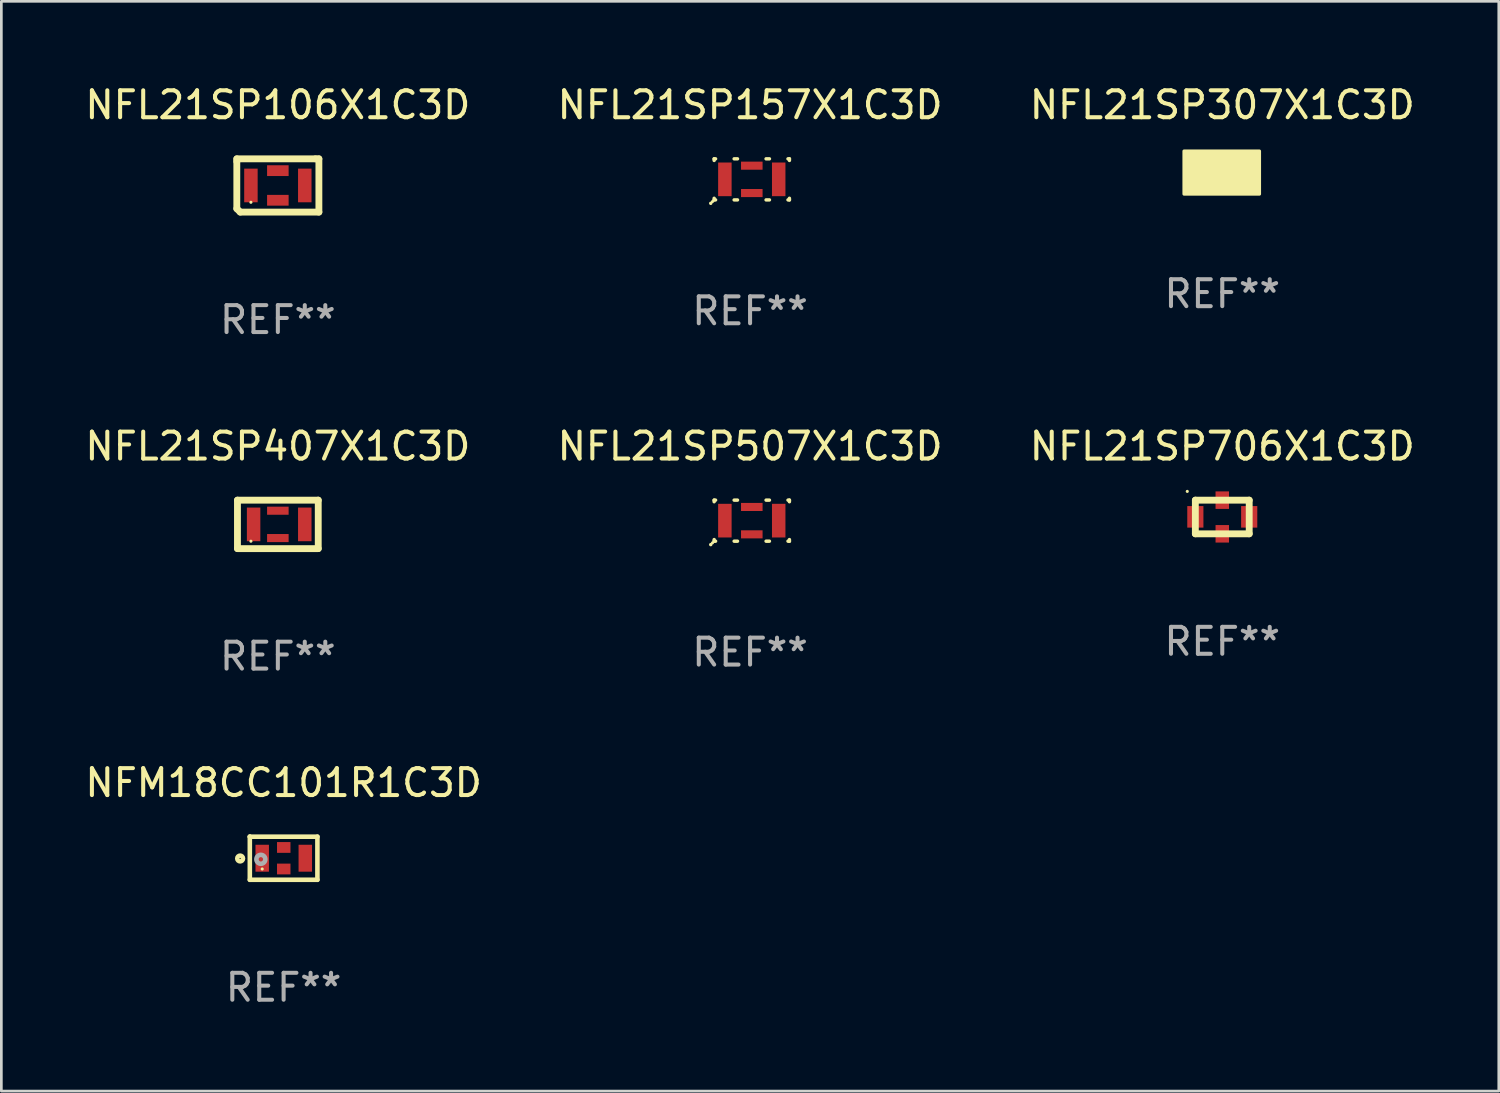
<source format=kicad_pcb>
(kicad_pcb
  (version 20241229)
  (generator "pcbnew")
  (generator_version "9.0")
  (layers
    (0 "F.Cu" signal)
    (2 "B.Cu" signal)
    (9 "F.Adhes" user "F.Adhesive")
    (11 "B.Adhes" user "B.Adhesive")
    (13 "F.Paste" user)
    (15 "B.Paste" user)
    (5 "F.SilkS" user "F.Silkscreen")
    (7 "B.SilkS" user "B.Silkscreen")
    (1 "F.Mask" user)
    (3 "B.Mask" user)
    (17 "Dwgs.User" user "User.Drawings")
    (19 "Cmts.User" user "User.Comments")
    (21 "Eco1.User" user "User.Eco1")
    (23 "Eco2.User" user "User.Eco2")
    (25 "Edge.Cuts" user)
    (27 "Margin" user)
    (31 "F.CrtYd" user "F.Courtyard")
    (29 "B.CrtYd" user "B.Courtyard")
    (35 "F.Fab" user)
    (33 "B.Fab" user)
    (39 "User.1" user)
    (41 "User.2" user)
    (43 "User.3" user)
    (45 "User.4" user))
  (footprint "NFL21SP307X1C3D"
    (layer "F.Cu")
    (at 42.339 3.356)
    (property "Reference" "NFL21SP307X1C3D" (at 0 -2.508 0) (layer "F.SilkS") (effects (font (size 1 1) (thickness 0.15))))
    (attr through_hole)
    (fp_circle (center -1 0.625) (end -0.97 0.625) (stroke (width 0.06) (type solid)) (fill no) (layer "F.SilkS"))
    (fp_poly (pts (xy -1.42 -0.795) (xy 1.38 -0.795) (xy 1.38 0.8) (xy -1.42 0.8)) (stroke (width 0.12) (type solid)) (fill yes) (layer "F.SilkS"))
    (fp_text user "REF**" (at 0 4.508 0) (layer "F.Fab") (effects (font (size 1 1) (thickness 0.15))))
    (pad "1" smd rect (at -0.95 0 90) (size 1.25 0.5) (layers "F.Cu" "F.Mask" "F.Paste"))
    (pad "2" smd rect (at 0 -0.508 180) (size 0.8 0.3) (layers "F.Cu" "F.Mask" "F.Paste"))
    (pad "2" smd rect (at 0 0.508 180) (size 0.8 0.3) (layers "F.Cu" "F.Mask" "F.Paste"))
    (pad "3" smd rect (at 0.95 0 90) (size 1.25 0.5) (layers "F.Cu" "F.Mask" "F.Paste")))
  (footprint "NFL21SP407X1C3D"
    (layer "F.Cu")
    (at 7.268 16.423)
    (property "Reference" "NFL21SP407X1C3D" (at 0 -2.9 0) (layer "F.SilkS") (effects (font (size 1 1) (thickness 0.15))))
    (attr through_hole)
    (fp_line (start -1.5 -0.9) (end 1.5 -0.9) (stroke (width 0.254) (type solid)) (layer "F.SilkS"))
    (fp_line (start -1.5 0.9) (end -1.5 -0.9) (stroke (width 0.254) (type solid)) (layer "F.SilkS"))
    (fp_line (start 1.5 -0.9) (end 1.5 0.9) (stroke (width 0.254) (type solid)) (layer "F.SilkS"))
    (fp_line (start 1.5 0.9) (end -1.5 0.9) (stroke (width 0.254) (type solid)) (layer "F.SilkS"))
    (fp_circle (center -1 0.625) (end -0.97 0.625) (stroke (width 0.06) (type solid)) (fill no) (layer "F.SilkS"))
    (fp_text user "REF**" (at 0 4.9 0) (layer "F.Fab") (effects (font (size 1 1) (thickness 0.15))))
    (pad "1" smd rect (at -0.9 0 90) (size 1.25 0.5) (layers "F.Cu" "F.Mask" "F.Paste"))
    (pad "2" smd rect (at 0 -0.508 180) (size 0.8 0.3) (layers "F.Cu" "F.Mask" "F.Paste"))
    (pad "2" smd rect (at 0 0.508 180) (size 0.8 0.3) (layers "F.Cu" "F.Mask" "F.Paste"))
    (pad "3" smd rect (at 1 0 90) (size 1.25 0.5) (layers "F.Cu" "F.Mask" "F.Paste")))
  (footprint "NFL21SP507X1C3D"
    (layer "F.Cu")
    (at 24.804 16.348)
    (property "Reference" "NFL21SP507X1C3D" (at 0 -2.826 0) (layer "F.SilkS") (effects (font (size 1 1) (thickness 0.15))))
    (attr through_hole)
    (fp_line (start -1.461 0.826) (end -1.461 0.826) (stroke (width 0.127) (type solid)) (layer "F.SilkS"))
    (fp_line (start -1.334 -0.826) (end -1.281 -0.826) (stroke (width 0.127) (type solid)) (layer "F.SilkS"))
    (fp_line (start -1.334 -0.766) (end -1.334 -0.826) (stroke (width 0.127) (type solid)) (layer "F.SilkS"))
    (fp_line (start -1.334 0.699) (end -1.334 0.639) (stroke (width 0.127) (type solid)) (layer "F.SilkS"))
    (fp_line (start -1.281 0.699) (end -1.334 0.699) (stroke (width 0.127) (type solid)) (layer "F.SilkS"))
    (fp_line (start -0.592 -0.826) (end -0.467 -0.826) (stroke (width 0.127) (type solid)) (layer "F.SilkS"))
    (fp_line (start -0.467 0.699) (end -0.592 0.699) (stroke (width 0.127) (type solid)) (layer "F.SilkS"))
    (fp_line (start 0.594 -0.826) (end 0.719 -0.826) (stroke (width 0.127) (type solid)) (layer "F.SilkS"))
    (fp_line (start 0.719 0.699) (end 0.594 0.699) (stroke (width 0.127) (type solid)) (layer "F.SilkS"))
    (fp_line (start 1.408 -0.826) (end 1.461 -0.826) (stroke (width 0.127) (type solid)) (layer "F.SilkS"))
    (fp_line (start 1.461 -0.826) (end 1.461 -0.766) (stroke (width 0.127) (type solid)) (layer "F.SilkS"))
    (fp_line (start 1.461 0.639) (end 1.461 0.699) (stroke (width 0.127) (type solid)) (layer "F.SilkS"))
    (fp_line (start 1.461 0.699) (end 1.408 0.699) (stroke (width 0.127) (type solid)) (layer "F.SilkS"))
    (fp_circle (center -1.397 0.762) (end -1.367 0.762) (stroke (width 0.06) (type solid)) (fill no) (layer "F.SilkS"))
    (fp_text user "REF**" (at 0 4.826 0) (layer "F.Fab") (effects (font (size 1 1) (thickness 0.15))))
    (pad "1" smd rect (at -0.936 -0.064 90) (size 1.25 0.5) (layers "F.Cu" "F.Mask" "F.Paste"))
    (pad "2" smd rect (at 0.064 -0.572 180) (size 0.8 0.3) (layers "F.Cu" "F.Mask" "F.Paste"))
    (pad "2" smd rect (at 0.064 0.445 180) (size 0.8 0.3) (layers "F.Cu" "F.Mask" "F.Paste"))
    (pad "3" smd rect (at 1.063 -0.064 90) (size 1.25 0.5) (layers "F.Cu" "F.Mask" "F.Paste")))
  (footprint "NFL21SP706X1C3D"
    (layer "F.Cu")
    (at 42.339 16.148)
    (property "Reference" "NFL21SP706X1C3D" (at 0 -2.625 0) (layer "F.SilkS") (effects (font (size 1 1) (thickness 0.15))))
    (attr through_hole)
    (fp_line (start -1 -0.625) (end 1 -0.625) (stroke (width 0.254) (type solid)) (layer "F.SilkS"))
    (fp_line (start -1 0.625) (end -1 -0.625) (stroke (width 0.254) (type solid)) (layer "F.SilkS"))
    (fp_line (start 1 -0.625) (end 1 0.625) (stroke (width 0.254) (type solid)) (layer "F.SilkS"))
    (fp_line (start 1 0.625) (end -1 0.625) (stroke (width 0.254) (type solid)) (layer "F.SilkS"))
    (fp_circle (center -1.3 -0.95) (end -1.27 -0.95) (stroke (width 0.06) (type solid)) (fill no) (layer "F.SilkS"))
    (fp_text user "REF**" (at 0 4.625 0) (layer "F.Fab") (effects (font (size 1 1) (thickness 0.15))))
    (pad "1" smd rect (at -1 -0.005 90) (size 0.8 0.6) (layers "F.Cu" "F.Mask" "F.Paste"))
    (pad "2" smd rect (at 0 0.625 90) (size 0.65 0.5) (layers "F.Cu" "F.Mask" "F.Paste"))
    (pad "3" smd rect (at 1 -0.005 90) (size 0.8 0.6) (layers "F.Cu" "F.Mask" "F.Paste"))
    (pad "4" smd rect (at 0 -0.625 90) (size 0.65 0.5) (layers "F.Cu" "F.Mask" "F.Paste")))
  (footprint "NFL21SP157X1C3D"
    (layer "F.Cu")
    (at 24.804 3.674)
    (property "Reference" "NFL21SP157X1C3D" (at 0 -2.826 0) (layer "F.SilkS") (effects (font (size 1 1) (thickness 0.15))))
    (attr through_hole)
    (fp_line (start -1.461 0.826) (end -1.461 0.826) (stroke (width 0.127) (type solid)) (layer "F.SilkS"))
    (fp_line (start -1.334 -0.826) (end -1.281 -0.826) (stroke (width 0.127) (type solid)) (layer "F.SilkS"))
    (fp_line (start -1.334 -0.766) (end -1.334 -0.826) (stroke (width 0.127) (type solid)) (layer "F.SilkS"))
    (fp_line (start -1.334 0.699) (end -1.334 0.639) (stroke (width 0.127) (type solid)) (layer "F.SilkS"))
    (fp_line (start -1.281 0.699) (end -1.334 0.699) (stroke (width 0.127) (type solid)) (layer "F.SilkS"))
    (fp_line (start -0.592 -0.826) (end -0.467 -0.826) (stroke (width 0.127) (type solid)) (layer "F.SilkS"))
    (fp_line (start -0.467 0.699) (end -0.592 0.699) (stroke (width 0.127) (type solid)) (layer "F.SilkS"))
    (fp_line (start 0.594 -0.826) (end 0.719 -0.826) (stroke (width 0.127) (type solid)) (layer "F.SilkS"))
    (fp_line (start 0.719 0.699) (end 0.594 0.699) (stroke (width 0.127) (type solid)) (layer "F.SilkS"))
    (fp_line (start 1.408 -0.826) (end 1.461 -0.826) (stroke (width 0.127) (type solid)) (layer "F.SilkS"))
    (fp_line (start 1.461 -0.826) (end 1.461 -0.766) (stroke (width 0.127) (type solid)) (layer "F.SilkS"))
    (fp_line (start 1.461 0.639) (end 1.461 0.699) (stroke (width 0.127) (type solid)) (layer "F.SilkS"))
    (fp_line (start 1.461 0.699) (end 1.408 0.699) (stroke (width 0.127) (type solid)) (layer "F.SilkS"))
    (fp_circle (center -1.397 0.762) (end -1.367 0.762) (stroke (width 0.06) (type solid)) (fill no) (layer "F.SilkS"))
    (fp_text user "REF**" (at 0 4.826 0) (layer "F.Fab") (effects (font (size 1 1) (thickness 0.15))))
    (pad "1" smd rect (at -0.936 -0.064 90) (size 1.25 0.5) (layers "F.Cu" "F.Mask" "F.Paste"))
    (pad "2" smd rect (at 0.064 -0.572 180) (size 0.8 0.3) (layers "F.Cu" "F.Mask" "F.Paste"))
    (pad "2" smd rect (at 0.064 0.445 180) (size 0.8 0.3) (layers "F.Cu" "F.Mask" "F.Paste"))
    (pad "3" smd rect (at 1.063 -0.064 90) (size 1.25 0.5) (layers "F.Cu" "F.Mask" "F.Paste")))
  (footprint "NFL21SP106X1C3D"
    (layer "F.Cu")
    (at 7.268 3.837)
    (property "Reference" "NFL21SP106X1C3D" (at 0 -2.989 0) (layer "F.SilkS") (effects (font (size 1 1) (thickness 0.15))))
    (attr through_hole)
    (fp_line (start -1.524 -0.989) (end -1.524 -0.889) (stroke (width 0.254) (type solid)) (layer "F.SilkS"))
    (fp_line (start -1.524 -0.989) (end 1.397 -0.989) (stroke (width 0.254) (type solid)) (layer "F.SilkS"))
    (fp_line (start -1.524 -0.889) (end -1.524 0.862) (stroke (width 0.254) (type solid)) (layer "F.SilkS"))
    (fp_line (start -1.524 0.862) (end -1.397 0.989) (stroke (width 0.254) (type solid)) (layer "F.SilkS"))
    (fp_line (start -1.397 0.989) (end 1.524 0.989) (stroke (width 0.254) (type solid)) (layer "F.SilkS"))
    (fp_line (start 1.397 -0.989) (end 1.524 -0.989) (stroke (width 0.254) (type solid)) (layer "F.SilkS"))
    (fp_line (start 1.524 0.989) (end 1.524 -0.989) (stroke (width 0.254) (type solid)) (layer "F.SilkS"))
    (fp_circle (center -1 0.625) (end -0.97 0.625) (stroke (width 0.06) (type solid)) (fill no) (layer "F.SilkS"))
    (fp_text user "REF**" (at 0 4.989 0) (layer "F.Fab") (effects (font (size 1 1) (thickness 0.15))))
    (pad "1" smd rect (at -1 0 90) (size 1.25 0.5) (layers "F.Cu" "F.Mask" "F.Paste"))
    (pad "2" smd rect (at 0 -0.55 180) (size 0.8 0.4) (layers "F.Cu" "F.Mask" "F.Paste"))
    (pad "2" smd rect (at 0 0.55 180) (size 0.8 0.4) (layers "F.Cu" "F.Mask" "F.Paste"))
    (pad "3" smd rect (at 1 0 90) (size 1.25 0.5) (layers "F.Cu" "F.Mask" "F.Paste")))
  (footprint "NFM18CC101R1C3D"
    (layer "F.Cu")
    (at 7.482 28.82)
    (property "Reference" "NFM18CC101R1C3D" (at 0 -2.8 0) (layer "F.SilkS") (effects (font (size 1 1) (thickness 0.15))))
    (attr through_hole)
    (fp_line (start -1.255 -0.8) (end -1.255 -0.8) (stroke (width 0.17) (type solid)) (layer "F.SilkS"))
    (fp_line (start -1.255 -0.8) (end -1.255 0.8) (stroke (width 0.17) (type solid)) (layer "F.SilkS"))
    (fp_line (start -1.255 0.8) (end 1.255 0.8) (stroke (width 0.17) (type solid)) (layer "F.SilkS"))
    (fp_line (start 1.255 -0.8) (end -1.255 -0.8) (stroke (width 0.17) (type solid)) (layer "F.SilkS"))
    (fp_line (start 1.255 0.8) (end 1.255 -0.8) (stroke (width 0.17) (type solid)) (layer "F.SilkS"))
    (fp_circle (center -1.615 0.01) (end -1.508 0.01) (stroke (width 0.17) (type solid)) (fill no) (layer "F.SilkS"))
    (fp_circle (center -0.795 0.4) (end -0.765 0.4) (stroke (width 0.06) (type solid)) (fill no) (layer "F.SilkS"))
    (fp_circle (center -0.845 0.04) (end -0.764 0.04) (stroke (width 0.17) (type solid)) (fill no) (layer "F.Fab"))
    (fp_text user "REF**" (at 0 4.8 0) (layer "F.Fab") (effects (font (size 1 1) (thickness 0.15))))
    (pad "1" smd rect (at -0.795 -0.000279 90) (size 1 0.5) (layers "F.Cu" "F.Mask" "F.Paste"))
    (pad "2" smd rect (at 0.005 -0.4 180) (size 0.5 0.4) (layers "F.Cu" "F.Mask" "F.Paste"))
    (pad "2" smd rect (at 0.005 0.4 180) (size 0.5 0.4) (layers "F.Cu" "F.Mask" "F.Paste"))
    (pad "3" smd rect (at 0.805 -0.000279 90) (size 1 0.5) (layers "F.Cu" "F.Mask" "F.Paste")))
  (gr_rect
    (start -3 -3)
    (end 52.607 37.468)
    (stroke (width 0.1) (type default))
    (fill no)
    (layer "Edge.Cuts")))
</source>
